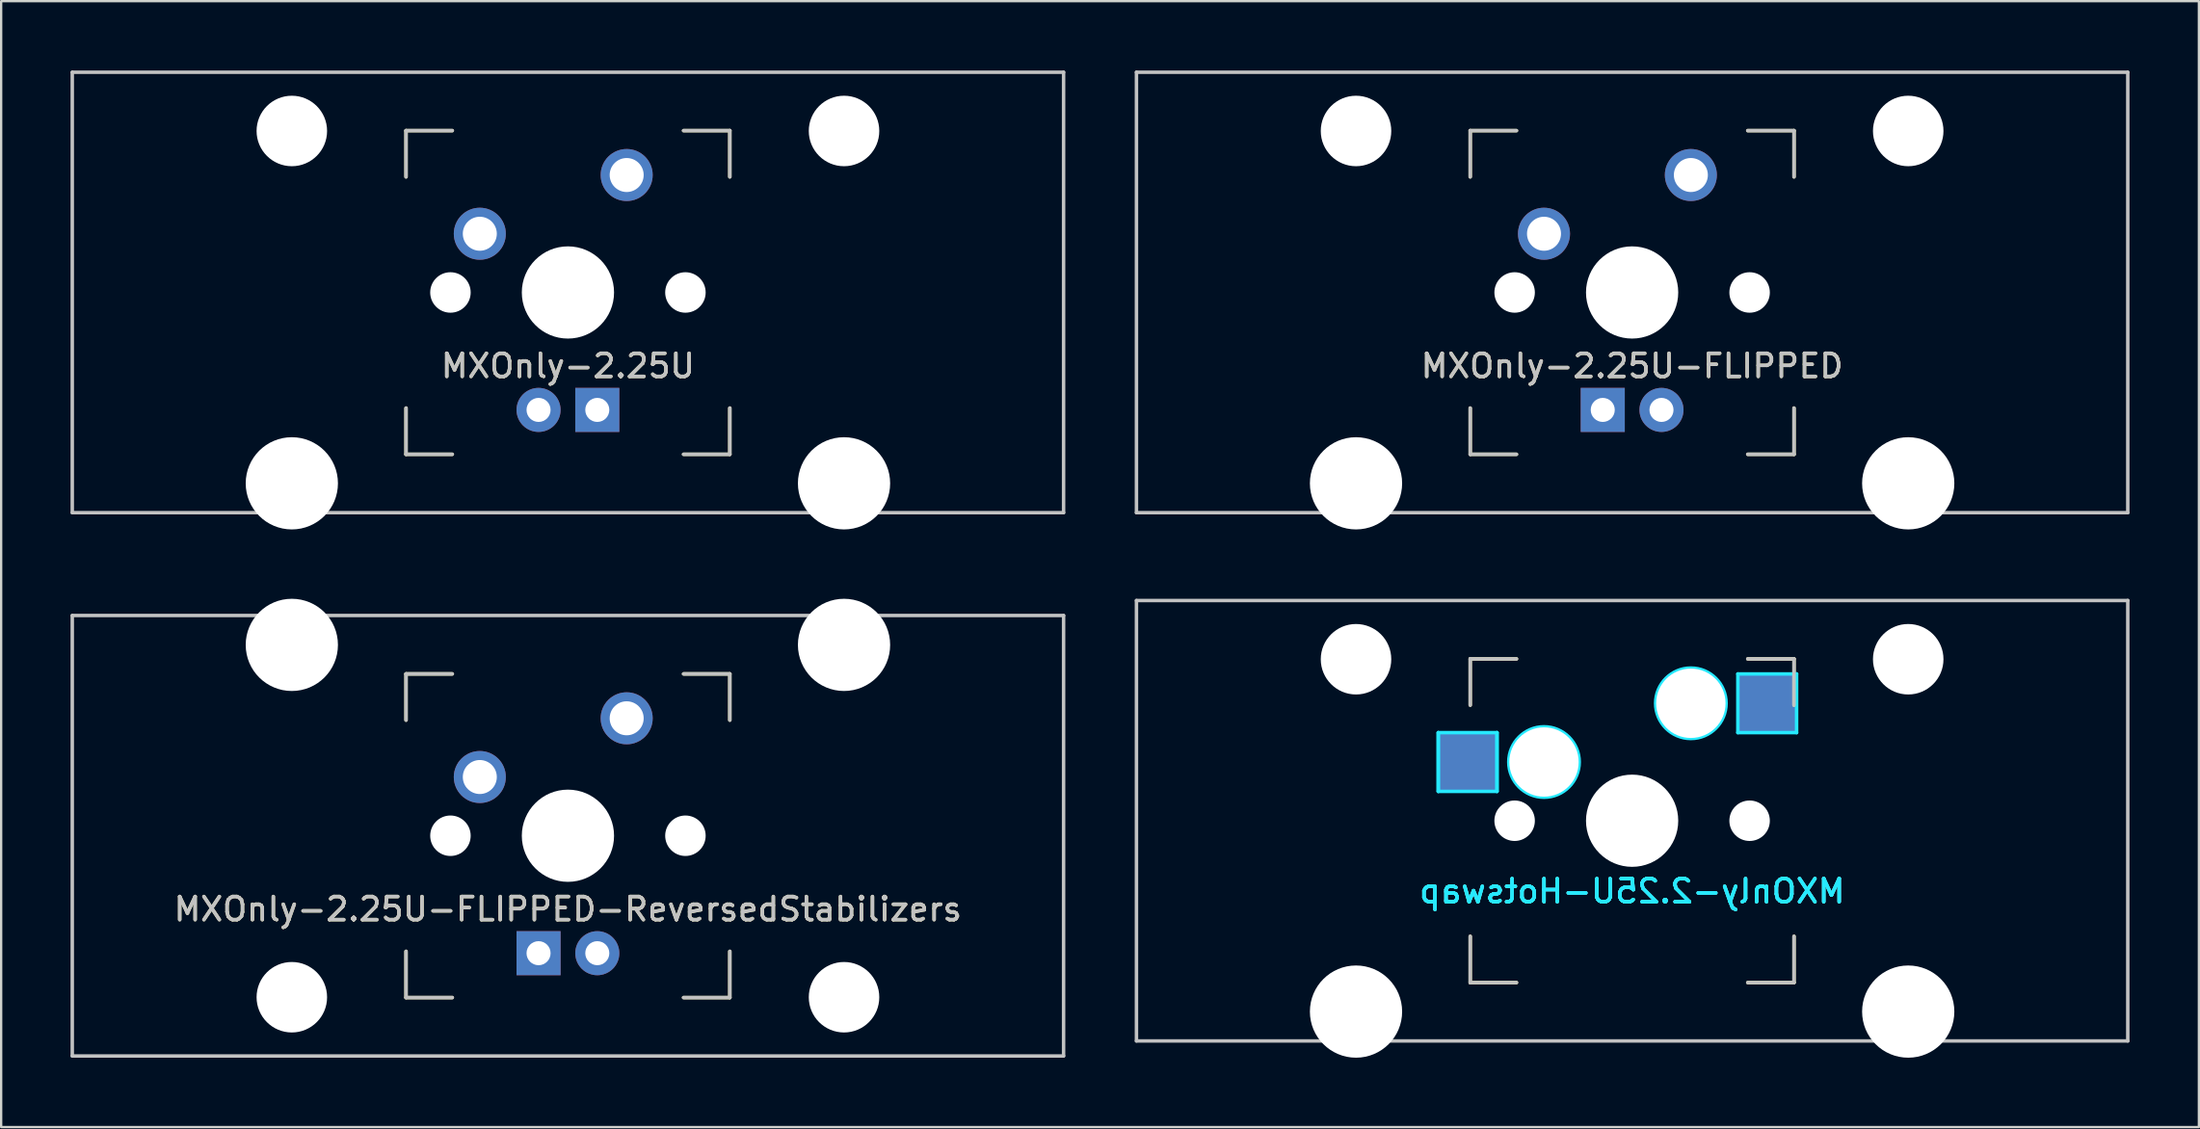
<source format=kicad_pcb>
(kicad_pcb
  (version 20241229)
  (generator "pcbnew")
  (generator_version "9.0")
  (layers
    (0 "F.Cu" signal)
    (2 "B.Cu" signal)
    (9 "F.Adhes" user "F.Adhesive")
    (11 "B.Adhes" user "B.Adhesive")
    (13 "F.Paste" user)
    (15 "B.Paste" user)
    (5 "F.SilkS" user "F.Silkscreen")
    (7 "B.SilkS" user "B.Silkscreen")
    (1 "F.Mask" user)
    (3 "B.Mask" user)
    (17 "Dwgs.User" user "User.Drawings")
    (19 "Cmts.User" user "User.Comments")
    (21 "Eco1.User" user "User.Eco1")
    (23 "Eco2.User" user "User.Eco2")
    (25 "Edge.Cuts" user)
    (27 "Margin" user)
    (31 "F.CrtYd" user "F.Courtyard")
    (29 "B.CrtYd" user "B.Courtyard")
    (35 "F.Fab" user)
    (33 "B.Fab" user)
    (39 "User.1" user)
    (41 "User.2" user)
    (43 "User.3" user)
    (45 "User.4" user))
  (footprint "MXOnly-2.25U"
    (layer "F.Cu")
    (at 21.506 9.6)
    (property "Reference" "MXOnly-2.25U" (at 0 3.175 0) (layer "Dwgs.User") (effects (font (size 1 1) (thickness 0.15))))
    (attr through_hole)
    (fp_line (start -7 -7) (end -7 -5) (stroke (width 0.15) (type solid)) (layer "F.SilkS"))
    (fp_line (start -7 5) (end -7 7) (stroke (width 0.15) (type solid)) (layer "F.SilkS"))
    (fp_line (start -7 7) (end -5 7) (stroke (width 0.15) (type solid)) (layer "F.SilkS"))
    (fp_line (start -5 -7) (end -7 -7) (stroke (width 0.15) (type solid)) (layer "F.SilkS"))
    (fp_line (start 5 -7) (end 7 -7) (stroke (width 0.15) (type solid)) (layer "F.SilkS"))
    (fp_line (start 5 7) (end 7 7) (stroke (width 0.15) (type solid)) (layer "F.SilkS"))
    (fp_line (start 7 -7) (end 7 -5) (stroke (width 0.15) (type solid)) (layer "F.SilkS"))
    (fp_line (start 7 7) (end 7 5) (stroke (width 0.15) (type solid)) (layer "F.SilkS"))
    (fp_line (start -21.431 -9.525) (end 21.431 -9.525) (stroke (width 0.15) (type solid)) (layer "Dwgs.User"))
    (fp_line (start -21.431 9.525) (end -21.431 -9.525) (stroke (width 0.15) (type solid)) (layer "Dwgs.User"))
    (fp_line (start -21.431 9.525) (end 21.431 9.525) (stroke (width 0.15) (type solid)) (layer "Dwgs.User"))
    (fp_line (start -7 -7) (end -7 -5) (stroke (width 0.15) (type solid)) (layer "Dwgs.User"))
    (fp_line (start -7 5) (end -7 7) (stroke (width 0.15) (type solid)) (layer "Dwgs.User"))
    (fp_line (start -7 7) (end -5 7) (stroke (width 0.15) (type solid)) (layer "Dwgs.User"))
    (fp_line (start -5 -7) (end -7 -7) (stroke (width 0.15) (type solid)) (layer "Dwgs.User"))
    (fp_line (start 5 -7) (end 7 -7) (stroke (width 0.15) (type solid)) (layer "Dwgs.User"))
    (fp_line (start 5 7) (end 7 7) (stroke (width 0.15) (type solid)) (layer "Dwgs.User"))
    (fp_line (start 7 -7) (end 7 -5) (stroke (width 0.15) (type solid)) (layer "Dwgs.User"))
    (fp_line (start 7 7) (end 7 5) (stroke (width 0.15) (type solid)) (layer "Dwgs.User"))
    (fp_line (start 21.431 -9.525) (end 21.431 9.525) (stroke (width 0.15) (type solid)) (layer "Dwgs.User"))
    (fp_text user "${REFERENCE}" (at 0 3.175 0) (layer "F.SilkS") (effects (font (size 1 1) (thickness 0.15))))
    (pad "" np_thru_hole circle (at -11.938 -6.985) (size 3.048 3.048) (drill 3.048) (layers "*.Cu" "*.Mask"))
    (pad "" np_thru_hole circle (at -11.938 8.255) (size 3.988 3.988) (drill 3.988) (layers "*.Cu" "*.Mask"))
    (pad "" np_thru_hole circle (at -5.08 0 48.1) (size 1.75 1.75) (drill 1.75) (layers "*.Cu" "*.Mask"))
    (pad "" np_thru_hole circle (at 0 0) (size 3.988 3.988) (drill 3.988) (layers "*.Cu" "*.Mask"))
    (pad "" np_thru_hole circle (at 5.08 0 48.1) (size 1.75 1.75) (drill 1.75) (layers "*.Cu" "*.Mask"))
    (pad "" np_thru_hole circle (at 11.938 -6.985) (size 3.048 3.048) (drill 3.048) (layers "*.Cu" "*.Mask"))
    (pad "" np_thru_hole circle (at 11.938 8.255) (size 3.988 3.988) (drill 3.988) (layers "*.Cu" "*.Mask"))
    (pad "1" thru_hole circle (at -3.81 -2.54) (size 2.25 2.25) (drill 1.47) (layers "*.Cu" "B.Mask"))
    (pad "2" thru_hole circle (at 2.54 -5.08) (size 2.25 2.25) (drill 1.47) (layers "*.Cu" "B.Mask"))
    (pad "3" thru_hole circle (at -1.27 5.08) (size 1.905 1.905) (drill 1.04) (layers "*.Cu" "B.Mask"))
    (pad "4" thru_hole rect (at 1.27 5.08) (size 1.905 1.905) (drill 1.04) (layers "*.Cu" "B.Mask")))
  (footprint "MXOnly-2.25U-FLIPPED"
    (layer "F.Cu")
    (at 67.519 9.6)
    (property "Reference" "MXOnly-2.25U-FLIPPED" (at 0 3.175 0) (layer "Dwgs.User") (effects (font (size 1 1) (thickness 0.15))))
    (attr through_hole)
    (fp_line (start -7 -7) (end -7 -5) (stroke (width 0.15) (type solid)) (layer "F.SilkS"))
    (fp_line (start -7 5) (end -7 7) (stroke (width 0.15) (type solid)) (layer "F.SilkS"))
    (fp_line (start -7 7) (end -5 7) (stroke (width 0.15) (type solid)) (layer "F.SilkS"))
    (fp_line (start -5 -7) (end -7 -7) (stroke (width 0.15) (type solid)) (layer "F.SilkS"))
    (fp_line (start 5 -7) (end 7 -7) (stroke (width 0.15) (type solid)) (layer "F.SilkS"))
    (fp_line (start 5 7) (end 7 7) (stroke (width 0.15) (type solid)) (layer "F.SilkS"))
    (fp_line (start 7 -7) (end 7 -5) (stroke (width 0.15) (type solid)) (layer "F.SilkS"))
    (fp_line (start 7 7) (end 7 5) (stroke (width 0.15) (type solid)) (layer "F.SilkS"))
    (fp_line (start -21.431 -9.525) (end 21.431 -9.525) (stroke (width 0.15) (type solid)) (layer "Dwgs.User"))
    (fp_line (start -21.431 9.525) (end -21.431 -9.525) (stroke (width 0.15) (type solid)) (layer "Dwgs.User"))
    (fp_line (start -21.431 9.525) (end 21.431 9.525) (stroke (width 0.15) (type solid)) (layer "Dwgs.User"))
    (fp_line (start -7 -7) (end -7 -5) (stroke (width 0.15) (type solid)) (layer "Dwgs.User"))
    (fp_line (start -7 5) (end -7 7) (stroke (width 0.15) (type solid)) (layer "Dwgs.User"))
    (fp_line (start -7 7) (end -5 7) (stroke (width 0.15) (type solid)) (layer "Dwgs.User"))
    (fp_line (start -5 -7) (end -7 -7) (stroke (width 0.15) (type solid)) (layer "Dwgs.User"))
    (fp_line (start 5 -7) (end 7 -7) (stroke (width 0.15) (type solid)) (layer "Dwgs.User"))
    (fp_line (start 5 7) (end 7 7) (stroke (width 0.15) (type solid)) (layer "Dwgs.User"))
    (fp_line (start 7 -7) (end 7 -5) (stroke (width 0.15) (type solid)) (layer "Dwgs.User"))
    (fp_line (start 7 7) (end 7 5) (stroke (width 0.15) (type solid)) (layer "Dwgs.User"))
    (fp_line (start 21.431 -9.525) (end 21.431 9.525) (stroke (width 0.15) (type solid)) (layer "Dwgs.User"))
    (fp_text user "${REFERENCE}" (at 0 3.175 0) (layer "F.SilkS") (effects (font (size 1 1) (thickness 0.15))))
    (pad "" np_thru_hole circle (at -11.938 -6.985) (size 3.048 3.048) (drill 3.048) (layers "*.Cu" "*.Mask"))
    (pad "" np_thru_hole circle (at -11.938 8.255) (size 3.988 3.988) (drill 3.988) (layers "*.Cu" "*.Mask"))
    (pad "" np_thru_hole circle (at -5.08 0 48.1) (size 1.75 1.75) (drill 1.75) (layers "*.Cu" "*.Mask"))
    (pad "" np_thru_hole circle (at 0 0) (size 3.988 3.988) (drill 3.988) (layers "*.Cu" "*.Mask"))
    (pad "" np_thru_hole circle (at 5.08 0 48.1) (size 1.75 1.75) (drill 1.75) (layers "*.Cu" "*.Mask"))
    (pad "" np_thru_hole circle (at 11.938 -6.985) (size 3.048 3.048) (drill 3.048) (layers "*.Cu" "*.Mask"))
    (pad "" np_thru_hole circle (at 11.938 8.255) (size 3.988 3.988) (drill 3.988) (layers "*.Cu" "*.Mask"))
    (pad "1" thru_hole circle (at -3.81 -2.54) (size 2.25 2.25) (drill 1.47) (layers "*.Cu" "B.Mask"))
    (pad "2" thru_hole circle (at 2.54 -5.08) (size 2.25 2.25) (drill 1.47) (layers "*.Cu" "B.Mask"))
    (pad "3" thru_hole circle (at 1.27 5.08) (size 1.905 1.905) (drill 1.04) (layers "*.Cu" "B.Mask"))
    (pad "4" thru_hole rect (at -1.27 5.08) (size 1.905 1.905) (drill 1.04) (layers "*.Cu" "B.Mask")))
  (footprint "MXOnly-2.25U-FLIPPED-ReversedStabilizers"
    (layer "F.Cu")
    (at 21.506 33.098)
    (property "Reference" "MXOnly-2.25U-FLIPPED-ReversedStabilizers" (at 0 3.175 0) (layer "Dwgs.User") (effects (font (size 1 1) (thickness 0.15))))
    (attr through_hole)
    (fp_line (start -7 -7) (end -7 -5) (stroke (width 0.15) (type solid)) (layer "F.SilkS"))
    (fp_line (start -7 5) (end -7 7) (stroke (width 0.15) (type solid)) (layer "F.SilkS"))
    (fp_line (start -7 7) (end -5 7) (stroke (width 0.15) (type solid)) (layer "F.SilkS"))
    (fp_line (start -5 -7) (end -7 -7) (stroke (width 0.15) (type solid)) (layer "F.SilkS"))
    (fp_line (start 5 -7) (end 7 -7) (stroke (width 0.15) (type solid)) (layer "F.SilkS"))
    (fp_line (start 5 7) (end 7 7) (stroke (width 0.15) (type solid)) (layer "F.SilkS"))
    (fp_line (start 7 -7) (end 7 -5) (stroke (width 0.15) (type solid)) (layer "F.SilkS"))
    (fp_line (start 7 7) (end 7 5) (stroke (width 0.15) (type solid)) (layer "F.SilkS"))
    (fp_line (start -21.431 -9.525) (end 21.431 -9.525) (stroke (width 0.15) (type solid)) (layer "Dwgs.User"))
    (fp_line (start -21.431 9.525) (end -21.431 -9.525) (stroke (width 0.15) (type solid)) (layer "Dwgs.User"))
    (fp_line (start -21.431 9.525) (end 21.431 9.525) (stroke (width 0.15) (type solid)) (layer "Dwgs.User"))
    (fp_line (start -7 -7) (end -7 -5) (stroke (width 0.15) (type solid)) (layer "Dwgs.User"))
    (fp_line (start -7 5) (end -7 7) (stroke (width 0.15) (type solid)) (layer "Dwgs.User"))
    (fp_line (start -7 7) (end -5 7) (stroke (width 0.15) (type solid)) (layer "Dwgs.User"))
    (fp_line (start -5 -7) (end -7 -7) (stroke (width 0.15) (type solid)) (layer "Dwgs.User"))
    (fp_line (start 5 -7) (end 7 -7) (stroke (width 0.15) (type solid)) (layer "Dwgs.User"))
    (fp_line (start 5 7) (end 7 7) (stroke (width 0.15) (type solid)) (layer "Dwgs.User"))
    (fp_line (start 7 -7) (end 7 -5) (stroke (width 0.15) (type solid)) (layer "Dwgs.User"))
    (fp_line (start 7 7) (end 7 5) (stroke (width 0.15) (type solid)) (layer "Dwgs.User"))
    (fp_line (start 21.431 -9.525) (end 21.431 9.525) (stroke (width 0.15) (type solid)) (layer "Dwgs.User"))
    (fp_text user "${REFERENCE}" (at 0 3.175 0) (layer "F.SilkS") (effects (font (size 1 1) (thickness 0.15))))
    (pad "" np_thru_hole circle (at -11.938 -8.255) (size 3.988 3.988) (drill 3.988) (layers "*.Cu" "*.Mask"))
    (pad "" np_thru_hole circle (at -11.938 6.985) (size 3.048 3.048) (drill 3.048) (layers "*.Cu" "*.Mask"))
    (pad "" np_thru_hole circle (at -5.08 0 48.1) (size 1.75 1.75) (drill 1.75) (layers "*.Cu" "*.Mask"))
    (pad "" np_thru_hole circle (at 0 0) (size 3.988 3.988) (drill 3.988) (layers "*.Cu" "*.Mask"))
    (pad "" np_thru_hole circle (at 5.08 0 48.1) (size 1.75 1.75) (drill 1.75) (layers "*.Cu" "*.Mask"))
    (pad "" np_thru_hole circle (at 11.938 -8.255) (size 3.988 3.988) (drill 3.988) (layers "*.Cu" "*.Mask"))
    (pad "" np_thru_hole circle (at 11.938 6.985) (size 3.048 3.048) (drill 3.048) (layers "*.Cu" "*.Mask"))
    (pad "1" thru_hole circle (at -3.81 -2.54) (size 2.25 2.25) (drill 1.47) (layers "*.Cu" "B.Mask"))
    (pad "2" thru_hole circle (at 2.54 -5.08) (size 2.25 2.25) (drill 1.47) (layers "*.Cu" "B.Mask"))
    (pad "3" thru_hole circle (at 1.27 5.08) (size 1.905 1.905) (drill 1.04) (layers "*.Cu" "B.Mask"))
    (pad "4" thru_hole rect (at -1.27 5.08) (size 1.905 1.905) (drill 1.04) (layers "*.Cu" "B.Mask")))
  (footprint "MXOnly-2.25U-Hotswap"
    (layer "F.Cu")
    (at 67.519 32.449)
    (property "Reference" "MXOnly-2.25U-Hotswap" (at 0 3.048 0) (layer "B.CrtYd") (effects (font (size 1 1) (thickness 0.15)) (justify mirror)))
    (attr smd)
    (fp_line (start -7 -7) (end -7 -5) (stroke (width 0.15) (type solid)) (layer "F.SilkS"))
    (fp_line (start -7 5) (end -7 7) (stroke (width 0.15) (type solid)) (layer "F.SilkS"))
    (fp_line (start -7 7) (end -5 7) (stroke (width 0.15) (type solid)) (layer "F.SilkS"))
    (fp_line (start -5 -7) (end -7 -7) (stroke (width 0.15) (type solid)) (layer "F.SilkS"))
    (fp_line (start 5 -7) (end 7 -7) (stroke (width 0.15) (type solid)) (layer "F.SilkS"))
    (fp_line (start 5 7) (end 7 7) (stroke (width 0.15) (type solid)) (layer "F.SilkS"))
    (fp_line (start 7 -7) (end 7 -5) (stroke (width 0.15) (type solid)) (layer "F.SilkS"))
    (fp_line (start 7 7) (end 7 5) (stroke (width 0.15) (type solid)) (layer "F.SilkS"))
    (fp_line (start -21.431 -9.525) (end 21.431 -9.525) (stroke (width 0.15) (type solid)) (layer "Dwgs.User"))
    (fp_line (start -21.431 9.525) (end -21.431 -9.525) (stroke (width 0.15) (type solid)) (layer "Dwgs.User"))
    (fp_line (start -7 -7) (end -7 -5) (stroke (width 0.15) (type solid)) (layer "Dwgs.User"))
    (fp_line (start -7 5) (end -7 7) (stroke (width 0.15) (type solid)) (layer "Dwgs.User"))
    (fp_line (start -7 7) (end -5 7) (stroke (width 0.15) (type solid)) (layer "Dwgs.User"))
    (fp_line (start -5 -7) (end -7 -7) (stroke (width 0.15) (type solid)) (layer "Dwgs.User"))
    (fp_line (start 5 -7) (end 7 -7) (stroke (width 0.15) (type solid)) (layer "Dwgs.User"))
    (fp_line (start 5 7) (end 7 7) (stroke (width 0.15) (type solid)) (layer "Dwgs.User"))
    (fp_line (start 7 -7) (end 7 -5) (stroke (width 0.15) (type solid)) (layer "Dwgs.User"))
    (fp_line (start 7 7) (end 7 5) (stroke (width 0.15) (type solid)) (layer "Dwgs.User"))
    (fp_line (start 21.431 -9.525) (end 21.431 9.525) (stroke (width 0.15) (type solid)) (layer "Dwgs.User"))
    (fp_line (start 21.431 9.525) (end -21.431 9.525) (stroke (width 0.15) (type solid)) (layer "Dwgs.User"))
    (fp_line (start -8.382 -3.81) (end -5.842 -3.81) (stroke (width 0.15) (type solid)) (layer "B.CrtYd"))
    (fp_line (start -8.382 -1.27) (end -8.382 -3.81) (stroke (width 0.15) (type solid)) (layer "B.CrtYd"))
    (fp_line (start -8.382 -1.27) (end -8.382 -3.81) (stroke (width 0.15) (type solid)) (layer "B.CrtYd"))
    (fp_line (start -5.842 -3.81) (end -5.842 -1.27) (stroke (width 0.15) (type solid)) (layer "B.CrtYd"))
    (fp_line (start -5.842 -3.81) (end -5.842 -1.27) (stroke (width 0.15) (type solid)) (layer "B.CrtYd"))
    (fp_line (start -5.842 -1.27) (end -8.382 -1.27) (stroke (width 0.15) (type solid)) (layer "B.CrtYd"))
    (fp_line (start 4.572 -6.35) (end 7.112 -6.35) (stroke (width 0.15) (type solid)) (layer "B.CrtYd"))
    (fp_line (start 4.572 -3.81) (end 4.572 -6.35) (stroke (width 0.15) (type solid)) (layer "B.CrtYd"))
    (fp_line (start 7.112 -6.35) (end 7.112 -3.81) (stroke (width 0.15) (type solid)) (layer "B.CrtYd"))
    (fp_line (start 7.112 -3.81) (end 4.572 -3.81) (stroke (width 0.15) (type solid)) (layer "B.CrtYd"))
    (fp_circle (center -3.81 -2.54) (end -3.81 -4.064) (stroke (width 0.15) (type solid)) (fill no) (layer "B.CrtYd"))
    (fp_circle (center 2.54 -5.08) (end 2.54 -6.604) (stroke (width 0.15) (type solid)) (fill no) (layer "B.CrtYd"))
    (fp_text user "${REFERENCE}" (at 0 3.048 0) (layer "B.SilkS") (effects (font (size 1 1) (thickness 0.15)) (justify mirror)))
    (fp_text user "${REFERENCE}" (at 0 3.048 0) (layer "B.CrtYd") (effects (font (size 1 1) (thickness 0.15)) (justify mirror)))
    (pad "" np_thru_hole circle (at -11.938 -6.985) (size 3.048 3.048) (drill 3.048) (layers "*.Cu" "*.Mask"))
    (pad "" np_thru_hole circle (at -11.938 8.255) (size 3.988 3.988) (drill 3.988) (layers "*.Cu" "*.Mask"))
    (pad "" np_thru_hole circle (at -5.08 0 48.1) (size 1.75 1.75) (drill 1.75) (layers "*.Cu" "*.Mask"))
    (pad "" np_thru_hole circle (at -3.81 -2.54) (size 3 3) (drill 3) (layers "*.Cu" "*.Mask"))
    (pad "" np_thru_hole circle (at 0 0) (size 3.988 3.988) (drill 3.988) (layers "*.Cu" "*.Mask"))
    (pad "" np_thru_hole circle (at 2.54 -5.08) (size 3 3) (drill 3) (layers "*.Cu" "*.Mask"))
    (pad "" np_thru_hole circle (at 5.08 0 48.1) (size 1.75 1.75) (drill 1.75) (layers "*.Cu" "*.Mask"))
    (pad "" np_thru_hole circle (at 11.938 -6.985) (size 3.048 3.048) (drill 3.048) (layers "*.Cu" "*.Mask"))
    (pad "" np_thru_hole circle (at 11.938 8.255) (size 3.988 3.988) (drill 3.988) (layers "*.Cu" "*.Mask"))
    (pad "1" smd rect (at -7.085 -2.54) (size 2.55 2.5) (layers "B.Cu" "B.Mask" "B.Paste"))
    (pad "2" smd rect (at 5.842 -5.08) (size 2.55 2.5) (layers "B.Cu" "B.Mask" "B.Paste")))
  (gr_rect
    (start -3 -3)
    (end 92.025 45.698)
    (stroke (width 0.1) (type default))
    (fill no)
    (layer "Edge.Cuts")))
</source>
